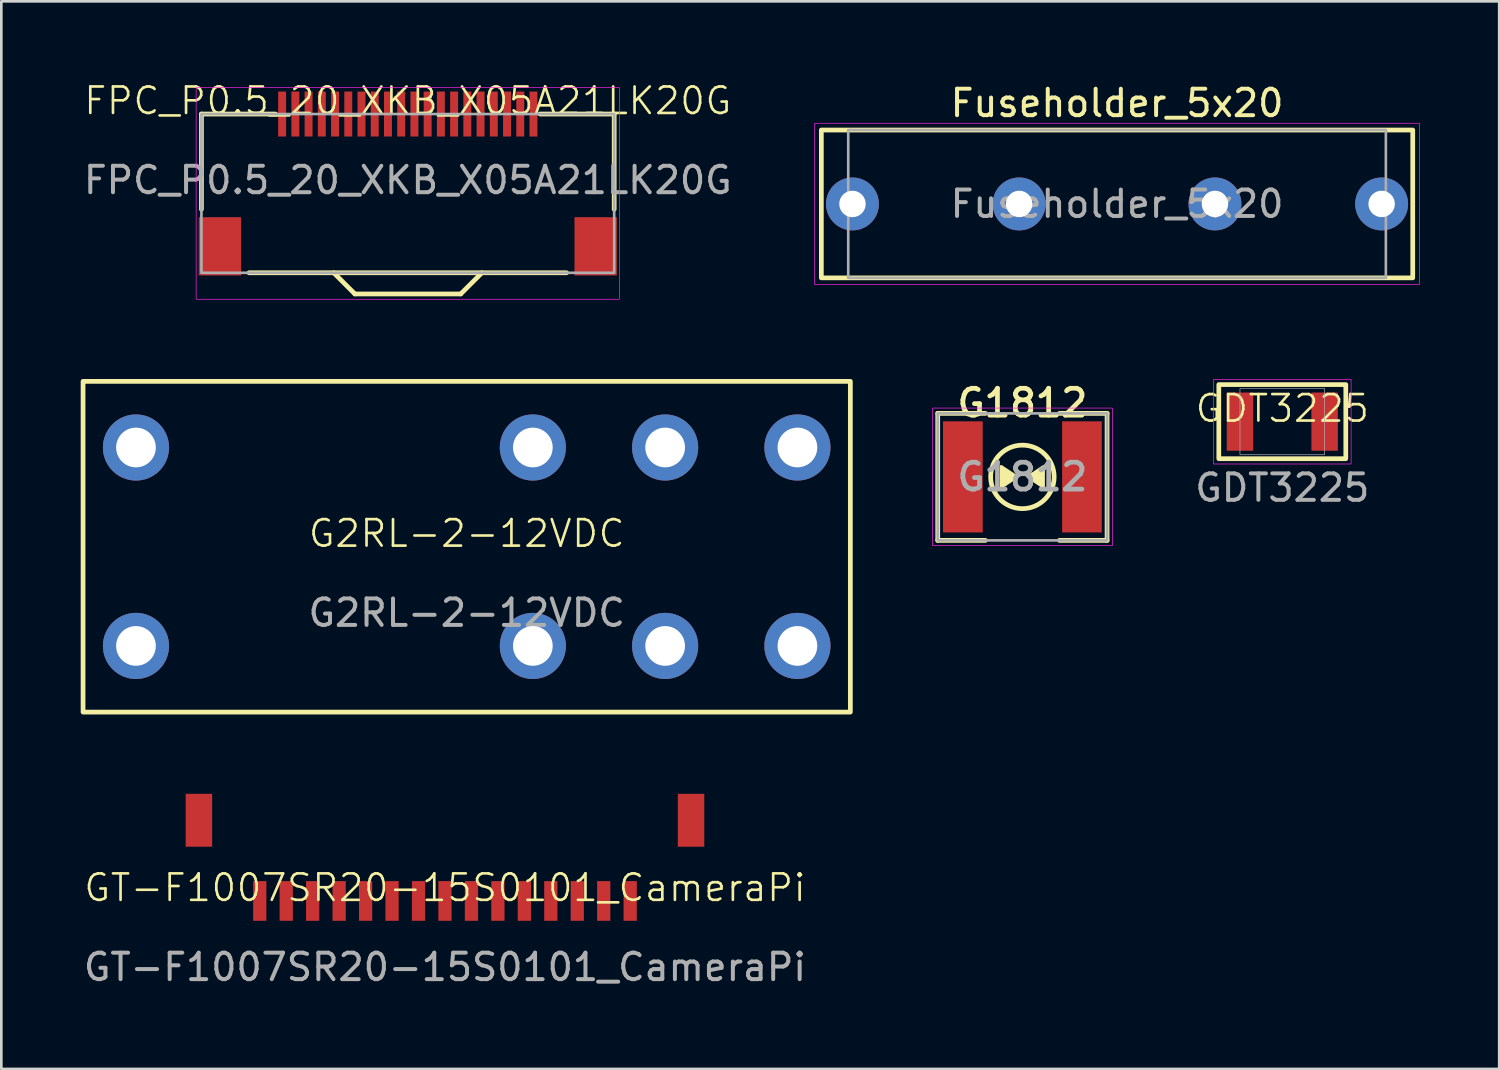
<source format=kicad_pcb>
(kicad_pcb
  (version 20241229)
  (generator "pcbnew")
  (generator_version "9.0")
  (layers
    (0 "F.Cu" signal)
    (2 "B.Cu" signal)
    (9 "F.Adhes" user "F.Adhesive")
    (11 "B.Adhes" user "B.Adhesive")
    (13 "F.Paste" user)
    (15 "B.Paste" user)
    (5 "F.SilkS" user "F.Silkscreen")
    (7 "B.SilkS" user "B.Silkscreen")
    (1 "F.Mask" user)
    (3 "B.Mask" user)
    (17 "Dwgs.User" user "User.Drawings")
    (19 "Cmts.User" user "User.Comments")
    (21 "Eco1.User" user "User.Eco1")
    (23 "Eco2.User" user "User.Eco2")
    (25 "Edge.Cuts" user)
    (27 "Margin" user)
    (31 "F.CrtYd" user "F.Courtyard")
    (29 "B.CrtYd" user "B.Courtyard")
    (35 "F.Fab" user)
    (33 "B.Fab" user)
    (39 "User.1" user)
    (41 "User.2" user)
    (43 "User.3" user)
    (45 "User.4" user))
  (footprint "GDT3225"
    (layer "F.Cu")
    (at 45.415 12.886)
    (property "Reference" "GDT3225" (at 0 -0.5 0) (unlocked yes) (layer "F.SilkS") (effects (font (size 1 1) (thickness 0.1))))
    (attr smd)
    (fp_rect (start -2.4 -1.4) (end 2.4 1.4) (stroke (width 0.178) (type default)) (fill no) (layer "F.SilkS"))
    (fp_rect (start -2.6 -1.6) (end 2.6 1.6) (stroke (width 0.025) (type default)) (fill no) (layer "F.CrtYd"))
    (fp_rect (start -1.6 -1.25) (end 1.6 1.25) (stroke (width 0.025) (type default)) (fill no) (layer "F.Fab"))
    (fp_text user "${REFERENCE}" (at 0 2.5 0) (unlocked yes) (layer "F.Fab") (effects (font (size 1 1) (thickness 0.15))))
    (pad "1" smd rect (at -1.6 0) (size 1 2.2) (layers "F.Cu" "F.Mask" "F.Paste"))
    (pad "2" smd rect (at 1.6 0) (size 1 2.2) (layers "F.Cu" "F.Mask" "F.Paste")))
  (footprint "G2RL-2-12VDC"
    (layer "F.Cu")
    (at 14.589 17.613)
    (property "Reference" "G2RL-2-12VDC" (at 0 -0.5 0) (unlocked yes) (layer "F.SilkS") (effects (font (size 1 1) (thickness 0.1))))
    (attr through_hole)
    (fp_rect (start -14.5 -6.25) (end 14.5 6.25) (stroke (width 0.179) (type solid)) (fill no) (layer "F.SilkS"))
    (fp_text user "${REFERENCE}" (at 0 2.5 0) (unlocked yes) (layer "F.Fab") (effects (font (size 1 1) (thickness 0.15))))
    (pad "1" thru_hole circle (at -12.5 3.75) (size 2.5 2.5) (drill 1.5) (layers "*.Cu" "*.Mask"))
    (pad "2" thru_hole circle (at 2.5 3.75) (size 2.5 2.5) (drill 1.5) (layers "*.Cu" "*.Mask"))
    (pad "3" thru_hole circle (at 7.5 3.75) (size 2.5 2.5) (drill 1.5) (layers "*.Cu" "*.Mask"))
    (pad "4" thru_hole circle (at 12.5 3.75) (size 2.5 2.5) (drill 1.5) (layers "*.Cu" "*.Mask"))
    (pad "5" thru_hole circle (at 12.5 -3.75) (size 2.5 2.5) (drill 1.5) (layers "*.Cu" "*.Mask"))
    (pad "6" thru_hole circle (at 7.5 -3.75) (size 2.5 2.5) (drill 1.5) (layers "*.Cu" "*.Mask"))
    (pad "7" thru_hole circle (at 2.5 -3.75) (size 2.5 2.5) (drill 1.5) (layers "*.Cu" "*.Mask"))
    (pad "8" thru_hole circle (at -12.5 -3.75) (size 2.5 2.5) (drill 1.5) (layers "*.Cu" "*.Mask")))
  (footprint "GT-F1007SR20-15S0101_CameraPi"
    (layer "F.Cu")
    (at 13.768 31.002)
    (property "Reference" "GT-F1007SR20-15S0101_CameraPi" (at 0 -0.5 0) (unlocked yes) (layer "F.SilkS") (effects (font (size 1 1) (thickness 0.1))))
    (attr smd)
    (fp_text user "${REFERENCE}" (at 0 2.5 0) (unlocked yes) (layer "F.Fab") (effects (font (size 1 1) (thickness 0.15))))
    (pad "1" smd rect (at -7 0) (size 0.5 1.5) (layers "F.Cu" "F.Mask" "F.Paste"))
    (pad "2" smd rect (at -6 0) (size 0.5 1.5) (layers "F.Cu" "F.Mask" "F.Paste"))
    (pad "3" smd rect (at -5 0) (size 0.5 1.5) (layers "F.Cu" "F.Mask" "F.Paste"))
    (pad "4" smd rect (at -4 0) (size 0.5 1.5) (layers "F.Cu" "F.Mask" "F.Paste"))
    (pad "5" smd rect (at -3 0) (size 0.5 1.5) (layers "F.Cu" "F.Mask" "F.Paste"))
    (pad "6" smd rect (at -2 0) (size 0.5 1.5) (layers "F.Cu" "F.Mask" "F.Paste"))
    (pad "7" smd rect (at -1 0) (size 0.5 1.5) (layers "F.Cu" "F.Mask" "F.Paste"))
    (pad "8" smd rect (at 0 0) (size 0.5 1.5) (layers "F.Cu" "F.Mask" "F.Paste"))
    (pad "9" smd rect (at 1 0) (size 0.5 1.5) (layers "F.Cu" "F.Mask" "F.Paste"))
    (pad "10" smd rect (at 2 0) (size 0.5 1.5) (layers "F.Cu" "F.Mask" "F.Paste"))
    (pad "11" smd rect (at 3 0) (size 0.5 1.5) (layers "F.Cu" "F.Mask" "F.Paste"))
    (pad "12" smd rect (at 4 0) (size 0.5 1.5) (layers "F.Cu" "F.Mask" "F.Paste"))
    (pad "13" smd rect (at 5 0) (size 0.5 1.5) (layers "F.Cu" "F.Mask" "F.Paste"))
    (pad "14" smd rect (at 6 0) (size 0.5 1.5) (layers "F.Cu" "F.Mask" "F.Paste"))
    (pad "15" smd rect (at 7 0) (size 0.5 1.5) (layers "F.Cu" "F.Mask" "F.Paste"))
    (pad "SH" smd rect (at -9.3 -3.05) (size 1 2) (layers "F.Cu" "F.Mask" "F.Paste"))
    (pad "SH" smd rect (at 9.3 -3.05) (size 1 2) (layers "F.Cu" "F.Mask" "F.Paste")))
  (footprint "FPC_P0.5_20_XKB_X05A21LK20G"
    (layer "F.Cu")
    (at 12.363 1.26)
    (property "Reference" "FPC_P0.5_20_XKB_X05A21LK20G" (at 0 -0.5 0) (unlocked yes) (layer "F.SilkS") (effects (font (size 1 1) (thickness 0.1))))
    (attr smd)
    (fp_line (start -7.8 0) (end -5 0) (stroke (width 0.178) (type default)) (layer "F.SilkS"))
    (fp_line (start -7.8 3.6) (end -7.8 0) (stroke (width 0.178) (type default)) (layer "F.SilkS"))
    (fp_line (start -6 6) (end 6 6) (stroke (width 0.178) (type default)) (layer "F.SilkS"))
    (fp_line (start -2.8 6) (end -2 6.8) (stroke (width 0.178) (type default)) (layer "F.SilkS"))
    (fp_line (start -2 6.8) (end 2 6.8) (stroke (width 0.178) (type default)) (layer "F.SilkS"))
    (fp_line (start 2 6.8) (end 2.8 6) (stroke (width 0.178) (type default)) (layer "F.SilkS"))
    (fp_line (start 7.8 0) (end 5 0) (stroke (width 0.178) (type default)) (layer "F.SilkS"))
    (fp_line (start 7.8 3.6) (end 7.8 0) (stroke (width 0.178) (type default)) (layer "F.SilkS"))
    (fp_rect (start -8 -1) (end 8 7) (stroke (width 0.025) (type default)) (fill no) (layer "F.CrtYd"))
    (fp_rect (start -7.8 0) (end 7.8 6) (stroke (width 0.1) (type default)) (fill no) (layer "F.Fab"))
    (fp_text user "${REFERENCE}" (at 0 2.5 0) (unlocked yes) (layer "F.Fab") (effects (font (size 1 1) (thickness 0.15))))
    (pad "1" smd rect (at -4.75 0) (size 0.3 1.7) (layers "F.Cu" "F.Mask" "F.Paste"))
    (pad "2" smd rect (at -4.25 0) (size 0.3 1.7) (layers "F.Cu" "F.Mask" "F.Paste"))
    (pad "3" smd rect (at -3.75 0) (size 0.3 1.7) (layers "F.Cu" "F.Mask" "F.Paste"))
    (pad "4" smd rect (at -3.25 0) (size 0.3 1.7) (layers "F.Cu" "F.Mask" "F.Paste"))
    (pad "5" smd rect (at -2.75 0) (size 0.3 1.7) (layers "F.Cu" "F.Mask" "F.Paste"))
    (pad "6" smd rect (at -2.25 0) (size 0.3 1.7) (layers "F.Cu" "F.Mask" "F.Paste"))
    (pad "7" smd rect (at -1.75 0) (size 0.3 1.7) (layers "F.Cu" "F.Mask" "F.Paste"))
    (pad "8" smd rect (at -1.25 0) (size 0.3 1.7) (layers "F.Cu" "F.Mask" "F.Paste"))
    (pad "9" smd rect (at -0.75 0) (size 0.3 1.7) (layers "F.Cu" "F.Mask" "F.Paste"))
    (pad "10" smd rect (at -0.25 0) (size 0.3 1.7) (layers "F.Cu" "F.Mask" "F.Paste"))
    (pad "11" smd rect (at 0.25 0) (size 0.3 1.7) (layers "F.Cu" "F.Mask" "F.Paste"))
    (pad "12" smd rect (at 0.75 0) (size 0.3 1.7) (layers "F.Cu" "F.Mask" "F.Paste"))
    (pad "13" smd rect (at 1.25 0) (size 0.3 1.7) (layers "F.Cu" "F.Mask" "F.Paste"))
    (pad "14" smd rect (at 1.75 0) (size 0.3 1.7) (layers "F.Cu" "F.Mask" "F.Paste"))
    (pad "15" smd rect (at 2.25 0) (size 0.3 1.7) (layers "F.Cu" "F.Mask" "F.Paste"))
    (pad "16" smd rect (at 2.75 0) (size 0.3 1.7) (layers "F.Cu" "F.Mask" "F.Paste"))
    (pad "17" smd rect (at 3.25 0) (size 0.3 1.7) (layers "F.Cu" "F.Mask" "F.Paste"))
    (pad "18" smd rect (at 3.75 0) (size 0.3 1.7) (layers "F.Cu" "F.Mask" "F.Paste"))
    (pad "19" smd rect (at 4.25 0) (size 0.3 1.7) (layers "F.Cu" "F.Mask" "F.Paste"))
    (pad "20" smd rect (at 4.75 0) (size 0.3 1.7) (layers "F.Cu" "F.Mask" "F.Paste"))
    (pad "SH" smd rect (at -7.1 5) (size 1.6 2.2) (layers "F.Cu" "F.Mask" "F.Paste"))
    (pad "SH" smd rect (at 7.1 5) (size 1.6 2.2) (layers "F.Cu" "F.Mask" "F.Paste")))
  (footprint "Fuseholder_5x20"
    (layer "F.Cu")
    (at 39.169 4.658)
    (property "Reference" "Fuseholder_5x20" (at 0 -3.81 0) (unlocked yes) (layer "F.SilkS") (effects (font (size 1 1) (thickness 0.15))))
    (attr through_hole)
    (fp_rect (start -11.176 -2.794) (end 11.176 2.794) (stroke (width 0.178) (type solid)) (fill no) (layer "F.SilkS"))
    (fp_rect (start -11.43 -3.048) (end 11.43 3.048) (stroke (width 0.025) (type solid)) (fill no) (layer "F.CrtYd"))
    (fp_rect (start -10.16 -2.794) (end 10.16 2.794) (stroke (width 0.1) (type solid)) (fill no) (layer "F.Fab"))
    (fp_text user "${REFERENCE}" (at 0 0 0) (unlocked yes) (layer "F.Fab") (effects (font (size 1 1) (thickness 0.15))))
    (pad "1" thru_hole circle (at -10 0) (size 2 2) (drill 1) (layers "*.Cu" "*.Mask"))
    (pad "1" thru_hole circle (at -3.7 0) (size 2 2) (drill 1) (layers "*.Cu" "*.Mask"))
    (pad "2" thru_hole circle (at 3.7 0) (size 2 2) (drill 1) (layers "*.Cu" "*.Mask"))
    (pad "2" thru_hole circle (at 10 0) (size 2 2) (drill 1) (layers "*.Cu" "*.Mask")))
  (footprint "G1812"
    (layer "F.Cu")
    (at 35.592 14.974)
    (property "Reference" "G1812" (at 0 -2.794 0) (unlocked yes) (layer "F.SilkS") (effects (font (size 1.016 1.016) (thickness 0.178))))
    (attr smd)
    (fp_line (start -3.2 -2.4) (end -1.4 -2.4) (stroke (width 0.178) (type solid)) (layer "F.SilkS"))
    (fp_line (start -3.2 2.4) (end -3.2 -2.4) (stroke (width 0.178) (type solid)) (layer "F.SilkS"))
    (fp_line (start -3.2 2.4) (end -1.4 2.4) (stroke (width 0.178) (type solid)) (layer "F.SilkS"))
    (fp_line (start 1.4 -2.4) (end 3.2 -2.4) (stroke (width 0.178) (type solid)) (layer "F.SilkS"))
    (fp_line (start 1.4 2.4) (end 3.2 2.4) (stroke (width 0.178) (type solid)) (layer "F.SilkS"))
    (fp_line (start 3.2 2.4) (end 3.2 -2.4) (stroke (width 0.178) (type solid)) (layer "F.SilkS"))
    (fp_circle (center 0 0) (end 1.2 0) (stroke (width 0.178) (type default)) (fill no) (layer "F.SilkS"))
    (fp_poly (pts (xy -0.8 0.4) (xy -0.8 -0.4) (xy -0.2 0)) (stroke (width 0.1) (type solid)) (fill yes) (layer "F.SilkS"))
    (fp_poly (pts (xy 0.8 -0.4) (xy 0.2 0) (xy 0.8 0.4)) (stroke (width 0.1) (type solid)) (fill yes) (layer "F.SilkS"))
    (fp_rect (start -3.4 -2.6) (end 3.4 2.6) (stroke (width 0.025) (type solid)) (fill no) (layer "F.CrtYd"))
    (fp_rect (start -3.2 -2.4) (end 3.2 2.4) (stroke (width 0.1) (type solid)) (fill no) (layer "F.Fab"))
    (fp_text user "${REFERENCE}" (at 0 0 0) (unlocked yes) (layer "F.Fab") (effects (font (size 1.016 1.016) (thickness 0.178))))
    (pad "1" smd rect (at -2.25 0) (size 1.5 4.2) (layers "F.Cu" "F.Mask" "F.Paste"))
    (pad "2" smd rect (at 2.25 0) (size 1.5 4.2) (layers "F.Cu" "F.Mask" "F.Paste")))
  (gr_rect
    (start -3 -3)
    (end 53.612 37.35)
    (stroke (width 0.1) (type default))
    (fill no)
    (layer "Edge.Cuts")))
</source>
